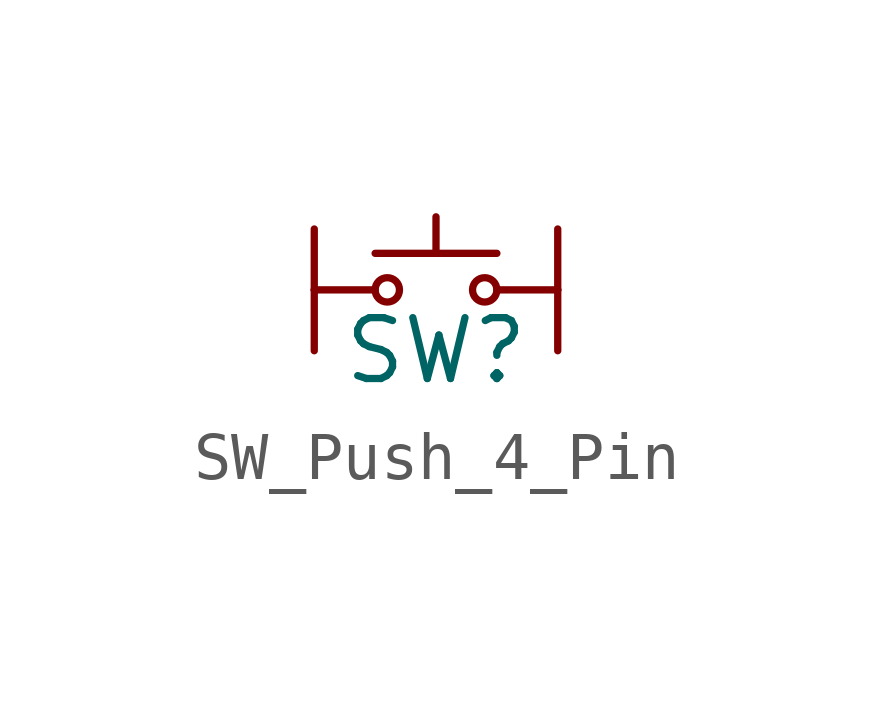
<source format=kicad_sym>
(kicad_symbol_lib
  (version 20220914)
  (generator kicad_symbol_editor)
  (symbol "SW_Push_4_Pin"
    (pin_numbers hide)
    (pin_names
      (offset 1.016) hide)
    (property "Reference" "SW"
      (at 0 -1.27 0)
      (effects (font (size 1.27 1.27))))
    (symbol "SW_Push_4_Pin_0_1"
      (circle (center -1.016 0) (radius 0.254) (stroke (width 0) (type default)) (fill (type none)))
      (polyline (pts (xy -2.54 0) (xy -1.27 0)) (stroke (width 0) (type default)) (fill (type none)))
      (polyline (pts (xy 0 0.762) (xy 0 1.524)) (stroke (width 0) (type default)) (fill (type none)))
      (polyline (pts (xy 1.27 0) (xy 2.54 0)) (stroke (width 0) (type default)) (fill (type none)))
      (polyline (pts (xy 1.27 0.762) (xy -1.27 0.762)) (stroke (width 0) (type default)) (fill (type none)))
      (circle (center 1.016 0) (radius 0.254) (stroke (width 0) (type default)) (fill (type none))))
    (symbol "SW_Push_4_Pin_1_1"
      (pin passive line (at -2.54 1.27 270) (length 1.27) (name "1" (effects (font (size 1.27 1.27)))) (number "1" (effects (font (size 1.27 1.27)))))
      (pin passive line (at 2.54 1.27 270) (length 1.27) (name "2" (effects (font (size 1.27 1.27)))) (number "2" (effects (font (size 1.27 1.27)))))
      (pin passive line (at -2.54 -1.27 90) (length 1.27) (name "1" (effects (font (size 1.27 1.27)))) (number "3" (effects (font (size 1.27 1.27)))))
      (pin passive line (at 2.54 -1.27 90) (length 1.27) (name "2" (effects (font (size 1.27 1.27)))) (number "4" (effects (font (size 1.27 1.27))))))))
</source>
